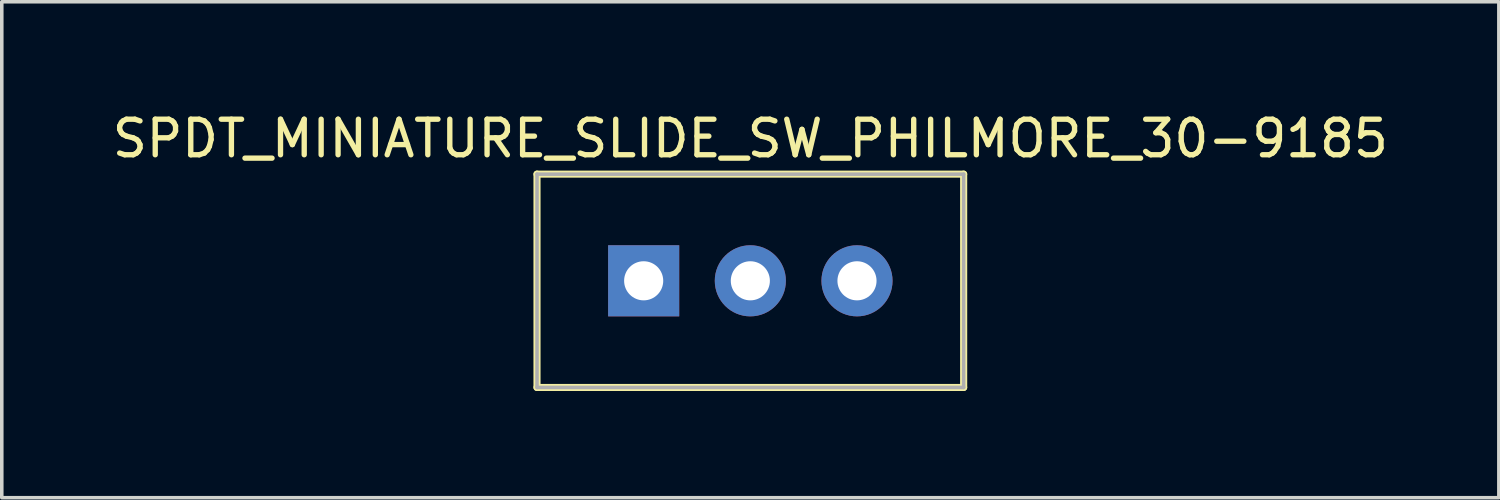
<source format=kicad_pcb>
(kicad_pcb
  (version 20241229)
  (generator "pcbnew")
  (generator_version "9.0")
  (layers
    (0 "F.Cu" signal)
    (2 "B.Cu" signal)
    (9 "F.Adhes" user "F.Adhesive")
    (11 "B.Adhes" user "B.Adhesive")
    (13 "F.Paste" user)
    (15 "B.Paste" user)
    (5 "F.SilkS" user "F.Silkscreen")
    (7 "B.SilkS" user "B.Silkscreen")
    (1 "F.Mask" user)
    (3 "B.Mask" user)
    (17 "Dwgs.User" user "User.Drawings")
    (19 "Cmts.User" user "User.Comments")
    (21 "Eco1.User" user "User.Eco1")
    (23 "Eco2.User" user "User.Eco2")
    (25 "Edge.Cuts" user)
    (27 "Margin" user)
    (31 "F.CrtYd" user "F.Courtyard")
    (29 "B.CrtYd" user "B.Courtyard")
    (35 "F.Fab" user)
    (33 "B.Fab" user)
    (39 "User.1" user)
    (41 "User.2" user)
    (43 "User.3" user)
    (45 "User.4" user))
  (footprint "SPDT_MINIATURE_SLIDE_SW_PHILMORE_30-9185"
    (layer "F.Cu")
    (at 18.054 4.848)
    (property "Reference" "SPDT_MINIATURE_SLIDE_SW_PHILMORE_30-9185" (at 0 -4 0) (unlocked yes) (layer "F.SilkS") (effects (font (size 1 1) (thickness 0.15))))
    (attr through_hole)
    (fp_line (start -6 -3) (end -6 3) (stroke (width 0.2) (type solid)) (layer "F.SilkS"))
    (fp_line (start -6 3) (end 6 3) (stroke (width 0.2) (type solid)) (layer "F.SilkS"))
    (fp_line (start 6 -3) (end -6 -3) (stroke (width 0.2) (type solid)) (layer "F.SilkS"))
    (fp_line (start 6 3) (end 6 -3) (stroke (width 0.2) (type solid)) (layer "F.SilkS"))
    (fp_line (start -6 -3) (end -6 3) (stroke (width 0.1) (type solid)) (layer "F.Fab"))
    (fp_line (start -6 3) (end 6 3) (stroke (width 0.1) (type solid)) (layer "F.Fab"))
    (fp_line (start 6 -3) (end -6 -3) (stroke (width 0.1) (type solid)) (layer "F.Fab"))
    (fp_line (start 6 3) (end 6 -3) (stroke (width 0.1) (type solid)) (layer "F.Fab"))
    (pad "1" thru_hole rect (at -3 0) (size 2 2) (drill 1.1) (layers "*.Cu" "*.Mask"))
    (pad "2" thru_hole circle (at 0 0) (size 2 2) (drill 1.1) (layers "*.Cu" "*.Mask"))
    (pad "3" thru_hole circle (at 3 0) (size 2 2) (drill 1.1) (layers "*.Cu" "*.Mask")))
  (gr_rect
    (start -3 -3)
    (end 39.107 10.948)
    (stroke (width 0.1) (type default))
    (fill no)
    (layer "Edge.Cuts")))
</source>
